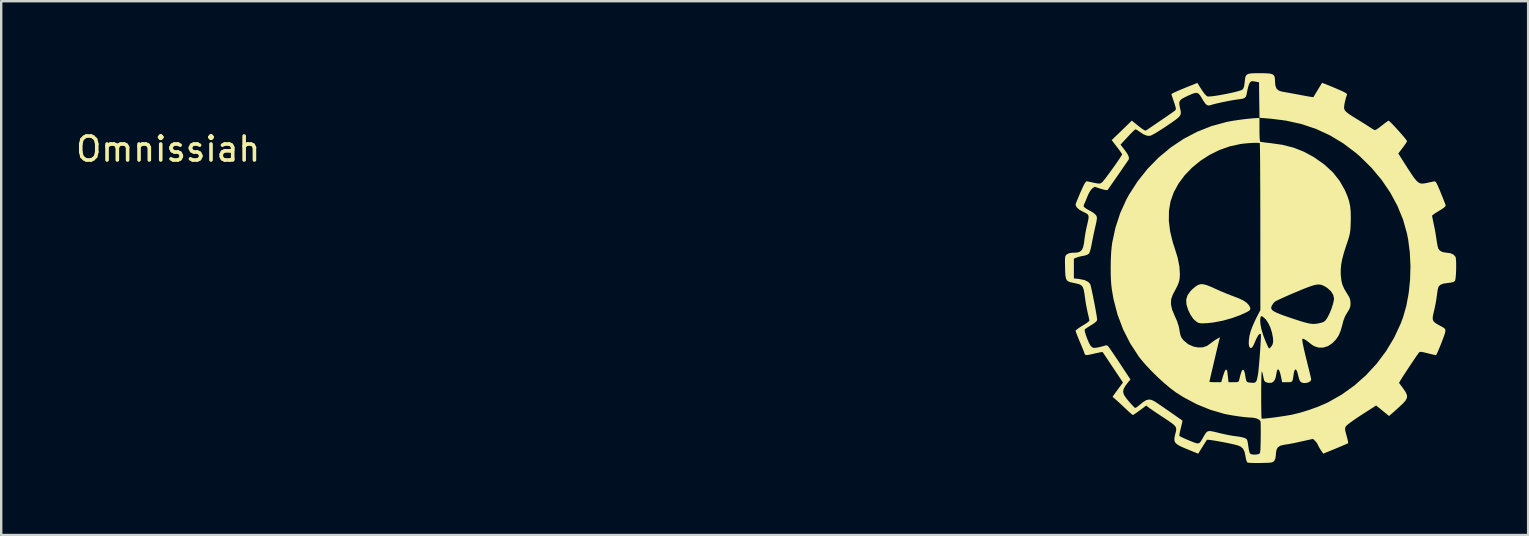
<source format=kicad_pcb>
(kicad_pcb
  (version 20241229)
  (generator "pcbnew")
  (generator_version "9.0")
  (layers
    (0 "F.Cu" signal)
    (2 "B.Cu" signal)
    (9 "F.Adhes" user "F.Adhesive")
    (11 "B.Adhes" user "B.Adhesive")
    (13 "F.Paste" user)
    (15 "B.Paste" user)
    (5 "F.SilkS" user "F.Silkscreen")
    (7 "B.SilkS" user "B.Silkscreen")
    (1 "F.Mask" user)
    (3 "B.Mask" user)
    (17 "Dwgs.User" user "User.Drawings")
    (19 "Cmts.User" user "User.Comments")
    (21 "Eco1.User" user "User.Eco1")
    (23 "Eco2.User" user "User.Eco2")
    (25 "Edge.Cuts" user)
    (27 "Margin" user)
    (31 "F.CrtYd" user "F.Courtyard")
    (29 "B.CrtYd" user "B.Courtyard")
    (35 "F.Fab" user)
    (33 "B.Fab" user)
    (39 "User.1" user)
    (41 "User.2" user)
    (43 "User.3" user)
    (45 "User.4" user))
  (footprint "Omnissiah"
    (layer "F.Cu")
    (at 49.323 8.218)
    (property "Reference" "Omnissiah" (at -45.364 -5.055 0) (unlocked yes) (layer "F.SilkS") (effects (font (size 1 1) (thickness 0.15))))
    (attr smd)
    (fp_poly (pts (xy -2.218 0.579) (xy -2.074 0.617) (xy -1.892 0.69) (xy -1.708 0.773) (xy -1.505 0.864) (xy -1.273 0.961) (xy -1.051 1.049) (xy -0.959 1.083) (xy -0.722 1.175) (xy -0.545 1.26) (xy -0.418 1.346) (xy -0.33 1.438) (xy -0.29 1.503) (xy -0.262 1.567) (xy -0.26 1.62) (xy -0.292 1.667) (xy -0.367 1.719) (xy -0.492 1.781) (xy -0.669 1.859) (xy -1.03 1.993) (xy -1.418 2.101) (xy -1.804 2.174) (xy -2.056 2.2) (xy -2.218 2.208) (xy -2.327 2.207) (xy -2.404 2.193) (xy -2.468 2.164) (xy -2.492 2.15) (xy -2.631 2.029) (xy -2.755 1.849) (xy -2.853 1.644) (xy -2.923 1.416) (xy -2.931 1.216) (xy -2.874 1.035) (xy -2.751 0.862) (xy -2.673 0.785) (xy -2.55 0.68) (xy -2.443 0.61) (xy -2.337 0.577)) (stroke (width 0) (type solid)) (fill yes) (layer "F.SilkS"))
    (fp_poly (pts (xy 0.371 -8.215) (xy 0.535 -8.204) (xy 0.647 -8.179) (xy 0.716 -8.135) (xy 0.753 -8.068) (xy 0.767 -7.972) (xy 0.768 -7.896) (xy 0.782 -7.711) (xy 0.828 -7.582) (xy 0.913 -7.499) (xy 1.043 -7.453) (xy 1.06 -7.45) (xy 1.153 -7.433) (xy 1.27 -7.412) (xy 1.29 -7.409) (xy 1.381 -7.393) (xy 1.523 -7.366) (xy 1.698 -7.334) (xy 1.886 -7.298) (xy 1.898 -7.296) (xy 2.07 -7.264) (xy 2.214 -7.239) (xy 2.317 -7.223) (xy 2.366 -7.218) (xy 2.368 -7.218) (xy 2.388 -7.251) (xy 2.437 -7.332) (xy 2.506 -7.446) (xy 2.548 -7.516) (xy 2.625 -7.642) (xy 2.686 -7.742) (xy 2.723 -7.803) (xy 2.73 -7.814) (xy 2.764 -7.804) (xy 2.852 -7.77) (xy 2.984 -7.718) (xy 3.149 -7.65) (xy 3.265 -7.601) (xy 3.469 -7.514) (xy 3.614 -7.448) (xy 3.708 -7.398) (xy 3.758 -7.361) (xy 3.772 -7.332) (xy 3.77 -7.322) (xy 3.728 -7.2) (xy 3.689 -7.051) (xy 3.66 -6.907) (xy 3.647 -6.796) (xy 3.647 -6.791) (xy 3.654 -6.729) (xy 3.68 -6.67) (xy 3.733 -6.609) (xy 3.822 -6.536) (xy 3.955 -6.446) (xy 4.14 -6.33) (xy 4.226 -6.278) (xy 4.389 -6.178) (xy 4.544 -6.081) (xy 4.674 -5.998) (xy 4.75 -5.947) (xy 4.844 -5.887) (xy 4.917 -5.85) (xy 4.94 -5.843) (xy 4.985 -5.864) (xy 5.071 -5.921) (xy 5.181 -6.003) (xy 5.229 -6.041) (xy 5.343 -6.13) (xy 5.436 -6.198) (xy 5.494 -6.235) (xy 5.504 -6.239) (xy 5.54 -6.213) (xy 5.613 -6.144) (xy 5.711 -6.042) (xy 5.825 -5.92) (xy 5.944 -5.788) (xy 6.059 -5.657) (xy 6.158 -5.541) (xy 6.232 -5.448) (xy 6.27 -5.392) (xy 6.273 -5.383) (xy 6.252 -5.341) (xy 6.198 -5.258) (xy 6.12 -5.149) (xy 6.091 -5.11) (xy 5.909 -4.869) (xy 6.153 -4.484) (xy 6.319 -4.224) (xy 6.453 -4.019) (xy 6.561 -3.863) (xy 6.652 -3.751) (xy 6.73 -3.676) (xy 6.804 -3.633) (xy 6.88 -3.616) (xy 6.964 -3.619) (xy 7.063 -3.637) (xy 7.116 -3.648) (xy 7.245 -3.675) (xy 7.353 -3.698) (xy 7.406 -3.709) (xy 7.438 -3.706) (xy 7.471 -3.68) (xy 7.509 -3.619) (xy 7.559 -3.516) (xy 7.626 -3.359) (xy 7.672 -3.247) (xy 7.743 -3.072) (xy 7.805 -2.917) (xy 7.852 -2.796) (xy 7.878 -2.723) (xy 7.882 -2.712) (xy 7.87 -2.67) (xy 7.812 -2.613) (xy 7.7 -2.537) (xy 7.607 -2.481) (xy 7.48 -2.404) (xy 7.382 -2.337) (xy 7.325 -2.291) (xy 7.316 -2.278) (xy 7.323 -2.23) (xy 7.343 -2.13) (xy 7.371 -1.995) (xy 7.385 -1.93) (xy 7.425 -1.736) (xy 7.464 -1.519) (xy 7.494 -1.324) (xy 7.496 -1.31) (xy 7.519 -1.156) (xy 7.545 -1.02) (xy 7.569 -0.924) (xy 7.574 -0.908) (xy 7.644 -0.818) (xy 7.767 -0.757) (xy 7.927 -0.734) (xy 7.934 -0.734) (xy 8.085 -0.713) (xy 8.208 -0.656) (xy 8.286 -0.573) (xy 8.301 -0.531) (xy 8.314 -0.426) (xy 8.32 -0.281) (xy 8.32 -0.114) (xy 8.316 0.058) (xy 8.306 0.218) (xy 8.293 0.347) (xy 8.276 0.427) (xy 8.269 0.441) (xy 8.211 0.482) (xy 8.1 0.511) (xy 7.968 0.527) (xy 7.785 0.554) (xy 7.663 0.602) (xy 7.589 0.677) (xy 7.553 0.786) (xy 7.553 0.791) (xy 7.54 0.88) (xy 7.521 1.015) (xy 7.499 1.167) (xy 7.496 1.19) (xy 7.465 1.374) (xy 7.425 1.574) (xy 7.386 1.738) (xy 7.347 1.911) (xy 7.342 2.034) (xy 7.379 2.127) (xy 7.466 2.205) (xy 7.61 2.288) (xy 7.629 2.298) (xy 7.753 2.364) (xy 7.826 2.412) (xy 7.861 2.456) (xy 7.871 2.51) (xy 7.87 2.544) (xy 7.856 2.607) (xy 7.819 2.719) (xy 7.766 2.865) (xy 7.704 3.029) (xy 7.637 3.194) (xy 7.574 3.344) (xy 7.52 3.463) (xy 7.481 3.535) (xy 7.48 3.536) (xy 7.446 3.531) (xy 7.357 3.511) (xy 7.23 3.481) (xy 7.146 3.459) (xy 6.991 3.421) (xy 6.89 3.401) (xy 6.828 3.398) (xy 6.79 3.411) (xy 6.765 3.434) (xy 6.727 3.485) (xy 6.658 3.583) (xy 6.567 3.717) (xy 6.461 3.874) (xy 6.349 4.042) (xy 6.24 4.208) (xy 6.141 4.359) (xy 6.061 4.484) (xy 6.008 4.57) (xy 6.003 4.578) (xy 5.938 4.691) (xy 6.105 4.914) (xy 6.214 5.074) (xy 6.269 5.201) (xy 6.269 5.312) (xy 6.214 5.423) (xy 6.103 5.547) (xy 6.084 5.566) (xy 5.953 5.689) (xy 5.809 5.82) (xy 5.709 5.909) (xy 5.522 6.07) (xy 5.253 5.852) (xy 4.984 5.633) (xy 4.378 6.022) (xy 4.174 6.157) (xy 3.997 6.279) (xy 3.856 6.383) (xy 3.76 6.462) (xy 3.72 6.505) (xy 3.696 6.558) (xy 3.689 6.616) (xy 3.7 6.696) (xy 3.731 6.817) (xy 3.752 6.891) (xy 3.788 7.026) (xy 3.811 7.133) (xy 3.819 7.195) (xy 3.816 7.203) (xy 3.778 7.222) (xy 3.685 7.264) (xy 3.549 7.323) (xy 3.383 7.393) (xy 3.289 7.432) (xy 2.781 7.641) (xy 2.679 7.492) (xy 2.614 7.388) (xy 2.566 7.298) (xy 2.553 7.267) (xy 2.511 7.19) (xy 2.441 7.109) (xy 2.441 7.108) (xy 2.352 7.025) (xy 1.929 7.119) (xy 1.716 7.166) (xy 1.554 7.2) (xy 1.426 7.225) (xy 1.312 7.245) (xy 1.193 7.264) (xy 1.152 7.269) (xy 0.991 7.309) (xy 0.886 7.379) (xy 0.827 7.491) (xy 0.805 7.657) (xy 0.804 7.701) (xy 0.784 7.847) (xy 0.738 7.938) (xy 0.707 7.971) (xy 0.669 7.994) (xy 0.61 8.009) (xy 0.519 8.019) (xy 0.382 8.024) (xy 0.186 8.029) (xy 0.168 8.029) (xy -0.018 8.03) (xy -0.18 8.027) (xy -0.303 8.021) (xy -0.374 8.012) (xy -0.382 8.009) (xy -0.412 7.96) (xy -0.441 7.862) (xy -0.461 7.751) (xy -0.5 7.563) (xy -0.566 7.431) (xy -0.666 7.345) (xy -0.782 7.297) (xy -0.911 7.263) (xy -1.074 7.226) (xy -1.258 7.187) (xy -1.451 7.15) (xy -1.638 7.116) (xy -1.807 7.088) (xy -1.944 7.069) (xy -2.037 7.061) (xy -2.07 7.064) (xy -2.106 7.12) (xy -2.167 7.217) (xy -2.239 7.331) (xy -2.31 7.444) (xy -2.366 7.534) (xy -2.384 7.564) (xy -2.431 7.641) (xy -2.765 7.506) (xy -3.002 7.409) (xy -3.18 7.329) (xy -3.304 7.258) (xy -3.381 7.189) (xy -3.42 7.113) (xy -3.427 7.023) (xy -3.409 6.911) (xy -3.386 6.817) (xy -3.361 6.719) (xy -3.348 6.64) (xy -3.353 6.573) (xy -3.382 6.51) (xy -3.442 6.443) (xy -3.539 6.365) (xy -3.68 6.266) (xy -3.87 6.14) (xy -4.002 6.053) (xy -4.161 5.948) (xy -4.306 5.851) (xy -4.422 5.77) (xy -4.495 5.718) (xy -4.499 5.714) (xy -4.598 5.637) (xy -4.863 5.833) (xy -4.982 5.919) (xy -5.08 5.986) (xy -5.142 6.024) (xy -5.154 6.029) (xy -5.19 6.006) (xy -5.265 5.943) (xy -5.366 5.852) (xy -5.435 5.786) (xy -5.567 5.662) (xy -5.7 5.538) (xy -5.813 5.435) (xy -5.846 5.406) (xy -6.002 5.269) (xy -5.908 5.136) (xy -5.829 5.028) (xy -5.736 4.901) (xy -5.691 4.84) (xy -5.567 4.676) (xy -5.986 4.049) (xy -6.111 3.861) (xy -6.222 3.694) (xy -6.314 3.557) (xy -6.38 3.459) (xy -6.413 3.409) (xy -6.416 3.405) (xy -6.454 3.406) (xy -6.547 3.422) (xy -6.677 3.45) (xy -6.774 3.472) (xy -6.937 3.51) (xy -7.044 3.529) (xy -7.108 3.531) (xy -7.142 3.516) (xy -7.15 3.506) (xy -7.179 3.448) (xy -7.182 3.431) (xy -7.196 3.39) (xy -7.233 3.296) (xy -7.287 3.163) (xy -7.355 3.005) (xy -7.363 2.986) (xy -7.431 2.823) (xy -7.487 2.682) (xy -7.526 2.577) (xy -7.542 2.523) (xy -7.543 2.52) (xy -7.513 2.483) (xy -7.435 2.422) (xy -7.322 2.346) (xy -7.255 2.306) (xy -7.129 2.228) (xy -7.031 2.159) (xy -6.975 2.11) (xy -6.967 2.095) (xy -6.976 2.043) (xy -6.997 1.94) (xy -7.028 1.808) (xy -7.036 1.774) (xy -7.074 1.6) (xy -7.113 1.394) (xy -7.144 1.196) (xy -7.148 1.162) (xy -7.177 0.951) (xy -7.206 0.8) (xy -7.244 0.696) (xy -7.301 0.628) (xy -7.384 0.583) (xy -7.502 0.55) (xy -7.622 0.525) (xy -7.752 0.497) (xy -7.845 0.463) (xy -7.907 0.413) (xy -7.945 0.336) (xy -7.614 0.336) (xy -7.391 0.361) (xy -7.174 0.404) (xy -7.021 0.477) (xy -6.937 0.565) (xy -6.919 0.617) (xy -6.892 0.727) (xy -6.858 0.88) (xy -6.82 1.064) (xy -6.779 1.265) (xy -6.74 1.47) (xy -6.704 1.666) (xy -6.674 1.838) (xy -6.653 1.973) (xy -6.643 2.059) (xy -6.643 2.069) (xy -6.677 2.129) (xy -6.777 2.21) (xy -6.893 2.284) (xy -7.012 2.357) (xy -7.106 2.419) (xy -7.157 2.458) (xy -7.162 2.463) (xy -7.163 2.517) (xy -7.139 2.617) (xy -7.098 2.745) (xy -7.046 2.882) (xy -6.991 3.01) (xy -6.938 3.111) (xy -6.907 3.155) (xy -6.846 3.211) (xy -6.786 3.232) (xy -6.696 3.227) (xy -6.651 3.22) (xy -6.518 3.193) (xy -6.392 3.159) (xy -6.361 3.149) (xy -6.271 3.125) (xy -6.215 3.136) (xy -6.192 3.156) (xy -6.158 3.199) (xy -6.092 3.293) (xy -5.998 3.429) (xy -5.885 3.597) (xy -5.758 3.787) (xy -5.699 3.876) (xy -5.256 4.547) (xy -5.341 4.65) (xy -5.468 4.814) (xy -5.541 4.947) (xy -5.561 5.066) (xy -5.526 5.187) (xy -5.436 5.325) (xy -5.33 5.454) (xy -5.228 5.569) (xy -5.141 5.663) (xy -5.081 5.721) (xy -5.063 5.735) (xy -5.019 5.719) (xy -4.943 5.667) (xy -4.892 5.624) (xy -4.731 5.492) (xy -4.601 5.412) (xy -4.486 5.383) (xy -4.375 5.4) (xy -4.25 5.461) (xy -4.228 5.474) (xy -4.167 5.515) (xy -4.062 5.586) (xy -3.925 5.68) (xy -3.767 5.789) (xy -3.602 5.903) (xy -3.441 6.015) (xy -3.297 6.116) (xy -3.181 6.197) (xy -3.107 6.25) (xy -3.089 6.264) (xy -3.093 6.3) (xy -3.111 6.389) (xy -3.141 6.514) (xy -3.155 6.565) (xy -3.188 6.704) (xy -3.211 6.817) (xy -3.219 6.885) (xy -3.219 6.895) (xy -3.182 6.922) (xy -3.092 6.968) (xy -2.963 7.027) (xy -2.811 7.091) (xy -2.639 7.161) (xy -2.519 7.203) (xy -2.437 7.215) (xy -2.377 7.192) (xy -2.323 7.13) (xy -2.261 7.026) (xy -2.213 6.941) (xy -2.148 6.829) (xy -2.093 6.753) (xy -2.035 6.711) (xy -1.959 6.697) (xy -1.85 6.71) (xy -1.696 6.745) (xy -1.561 6.779) (xy -1.363 6.825) (xy -1.163 6.866) (xy -0.985 6.898) (xy -0.868 6.914) (xy -0.722 6.933) (xy -0.587 6.96) (xy -0.502 6.985) (xy -0.45 7.008) (xy -0.414 7.036) (xy -0.389 7.082) (xy -0.369 7.162) (xy -0.349 7.287) (xy -0.329 7.431) (xy -0.308 7.539) (xy -0.28 7.621) (xy -0.269 7.638) (xy -0.207 7.668) (xy -0.103 7.681) (xy 0.012 7.674) (xy 0.098 7.653) (xy 0.122 7.638) (xy 0.139 7.609) (xy 0.152 7.556) (xy 0.161 7.467) (xy 0.166 7.334) (xy 0.17 7.146) (xy 0.173 6.981) (xy 0.175 6.77) (xy 0.174 6.583) (xy 0.172 6.432) (xy 0.169 6.329) (xy 0.164 6.289) (xy 0.108 6.226) (xy 0.001 6.174) (xy -0.138 6.143) (xy -0.228 6.137) (xy -0.372 6.129) (xy -0.565 6.109) (xy -0.786 6.08) (xy -1.013 6.045) (xy -1.225 6.006) (xy -1.358 5.978) (xy -1.928 5.811) (xy -2.494 5.58) (xy -3.042 5.29) (xy -3.356 5.09) (xy -3.585 4.92) (xy -3.84 4.707) (xy -4.106 4.465) (xy -4.367 4.209) (xy -4.608 3.954) (xy -4.814 3.714) (xy -4.908 3.593) (xy -5.267 3.042) (xy -5.563 2.458) (xy -5.796 1.84) (xy -5.964 1.19) (xy -6.035 0.777) (xy -6.061 0.53) (xy -6.076 0.234) (xy -6.08 -0.089) (xy -6.075 -0.418) (xy -6.061 -0.731) (xy -6.036 -1.007) (xy -6.017 -1.147) (xy -5.88 -1.783) (xy -5.788 -2.063) (xy -3.656 -2.063) (xy -3.602 -1.621) (xy -3.49 -1.164) (xy -3.422 -0.956) (xy -3.292 -0.54) (xy -3.216 -0.17) (xy -3.195 0.155) (xy -3.198 0.226) (xy -3.206 0.331) (xy -3.219 0.419) (xy -3.243 0.506) (xy -3.282 0.605) (xy -3.342 0.73) (xy -3.429 0.896) (xy -3.49 1.011) (xy -3.559 1.2) (xy -3.569 1.407) (xy -3.519 1.638) (xy -3.413 1.892) (xy -3.314 2.116) (xy -3.245 2.328) (xy -3.223 2.432) (xy -3.196 2.593) (xy -3.172 2.702) (xy -3.141 2.781) (xy -3.098 2.849) (xy -3.037 2.922) (xy -2.852 3.078) (xy -2.627 3.178) (xy -2.434 3.214) (xy -2.236 3.208) (xy -2.062 3.148) (xy -1.894 3.027) (xy -1.803 2.957) (xy -1.691 2.883) (xy -1.665 2.868) (xy -1.525 2.788) (xy -1.548 2.871) (xy -1.562 2.929) (xy -1.59 3.041) (xy -1.627 3.197) (xy -1.672 3.385) (xy -1.721 3.593) (xy -1.772 3.809) (xy -1.822 4.023) (xy -1.869 4.223) (xy -1.909 4.397) (xy -1.941 4.533) (xy -1.96 4.621) (xy -1.966 4.649) (xy -1.933 4.655) (xy -1.847 4.66) (xy -1.725 4.662) (xy -1.719 4.662) (xy -1.473 4.662) (xy -1.392 4.391) (xy -1.346 4.253) (xy -1.304 4.163) (xy -1.272 4.132) (xy -1.27 4.133) (xy -1.228 4.176) (xy -1.222 4.198) (xy -1.214 4.26) (xy -1.202 4.366) (xy -1.192 4.455) (xy -1.169 4.662) (xy -0.957 4.662) (xy -0.838 4.66) (xy -0.771 4.648) (xy -0.739 4.618) (xy -0.722 4.563) (xy -0.675 4.368) (xy -0.635 4.237) (xy -0.598 4.163) (xy -0.563 4.141) (xy -0.521 4.176) (xy -0.489 4.283) (xy -0.482 4.32) (xy -0.457 4.477) (xy -0.434 4.576) (xy -0.409 4.633) (xy -0.374 4.66) (xy -0.323 4.672) (xy -0.32 4.672) (xy -0.183 4.689) (xy -0.096 4.686) (xy -0.042 4.658) (xy -0.008 4.617) (xy 0.017 4.548) (xy 0.044 4.427) (xy 0.069 4.272) (xy 0.082 4.159) (xy 0.103 3.94) (xy 0.122 3.709) (xy 0.14 3.475) (xy 0.156 3.251) (xy 0.168 3.047) (xy 0.177 2.875) (xy 0.182 2.745) (xy 0.181 2.671) (xy 0.178 2.657) (xy 0.129 2.649) (xy 0.068 2.711) (xy -0.003 2.84) (xy -0.04 2.923) (xy -0.108 3.081) (xy -0.161 3.18) (xy -0.204 3.229) (xy -0.246 3.236) (xy -0.275 3.223) (xy -0.311 3.162) (xy -0.326 3.049) (xy -0.32 2.898) (xy -0.293 2.725) (xy -0.248 2.547) (xy -0.24 2.522) (xy -0.183 2.369) (xy -0.106 2.187) (xy -0.05 2.068) (xy 0.15 2.068) (xy 0.162 2.239) (xy 0.202 2.445) (xy 0.267 2.672) (xy 0.341 2.872) (xy 0.404 3.024) (xy 0.46 3.148) (xy 0.502 3.231) (xy 0.523 3.259) (xy 0.559 3.234) (xy 0.616 3.172) (xy 0.622 3.164) (xy 0.672 3.076) (xy 0.692 2.966) (xy 0.684 2.82) (xy 0.648 2.623) (xy 0.64 2.587) (xy 0.577 2.386) (xy 0.488 2.2) (xy 0.385 2.046) (xy 0.28 1.948) (xy 0.216 1.911) (xy 0.185 1.916) (xy 0.169 1.947) (xy 0.15 2.068) (xy -0.05 2.068) (xy -0.022 2.008) (xy 0.001 1.963) (xy 0.159 1.656) (xy 0.159 1.539) (xy 0.611 1.539) (xy 0.613 1.597) (xy 0.649 1.652) (xy 0.724 1.709) (xy 0.844 1.77) (xy 1.016 1.84) (xy 1.246 1.923) (xy 1.497 2.008) (xy 1.761 2.095) (xy 1.969 2.159) (xy 2.134 2.202) (xy 2.269 2.227) (xy 2.385 2.234) (xy 2.495 2.226) (xy 2.612 2.204) (xy 2.72 2.177) (xy 2.809 2.142) (xy 2.879 2.081) (xy 2.951 1.974) (xy 2.963 1.954) (xy 3.052 1.776) (xy 3.13 1.579) (xy 3.19 1.387) (xy 3.224 1.223) (xy 3.228 1.172) (xy 3.197 1.023) (xy 3.103 0.874) (xy 2.954 0.738) (xy 2.868 0.682) (xy 2.779 0.634) (xy 2.695 0.602) (xy 2.607 0.589) (xy 2.505 0.595) (xy 2.38 0.622) (xy 2.223 0.673) (xy 2.024 0.748) (xy 1.773 0.851) (xy 1.614 0.918) (xy 1.387 1.014) (xy 1.181 1.105) (xy 1.004 1.185) (xy 0.867 1.25) (xy 0.78 1.295) (xy 0.756 1.311) (xy 0.69 1.387) (xy 0.635 1.474) (xy 0.611 1.539) (xy 0.159 1.539) (xy 0.157 -1.812) (xy 0.157 -2.306) (xy 0.156 -2.778) (xy 0.155 -3.226) (xy 0.153 -3.643) (xy 0.151 -4.024) (xy 0.149 -4.366) (xy 0.147 -4.662) (xy 0.145 -4.907) (xy 0.142 -5.098) (xy 0.139 -5.229) (xy 0.136 -5.294) (xy 0.135 -5.301) (xy 0.087 -5.312) (xy -0.017 -5.315) (xy -0.16 -5.312) (xy -0.326 -5.302) (xy -0.499 -5.286) (xy -0.663 -5.266) (xy -0.671 -5.265) (xy -1.116 -5.168) (xy -1.548 -5.015) (xy -1.959 -4.812) (xy -2.342 -4.565) (xy -2.689 -4.28) (xy -2.995 -3.963) (xy -3.25 -3.62) (xy -3.449 -3.256) (xy -3.584 -2.879) (xy -3.587 -2.866) (xy -3.651 -2.48) (xy -3.656 -2.063) (xy -5.788 -2.063) (xy -5.682 -2.388) (xy -5.425 -2.955) (xy -5.321 -3.145) (xy -4.955 -3.713) (xy -4.541 -4.233) (xy -4.082 -4.702) (xy -3.583 -5.117) (xy -3.047 -5.476) (xy -2.479 -5.775) (xy -1.882 -6.011) (xy -1.262 -6.181) (xy -1.172 -6.199) (xy -0.982 -6.234) (xy -0.761 -6.267) (xy -0.53 -6.298) (xy -0.308 -6.323) (xy -0.116 -6.34) (xy 0.027 -6.347) (xy 0.035 -6.347) (xy 0.121 -6.347) (xy 0.121 -5.863) (xy 0.123 -5.684) (xy 0.128 -5.532) (xy 0.137 -5.421) (xy 0.147 -5.365) (xy 0.15 -5.361) (xy 0.196 -5.351) (xy 0.298 -5.336) (xy 0.439 -5.318) (xy 0.573 -5.304) (xy 1.082 -5.231) (xy 1.545 -5.113) (xy 1.975 -4.944) (xy 2.387 -4.72) (xy 2.794 -4.435) (xy 2.844 -4.396) (xy 3.183 -4.082) (xy 3.464 -3.725) (xy 3.67 -3.363) (xy 3.778 -3.119) (xy 3.854 -2.896) (xy 3.901 -2.672) (xy 3.925 -2.427) (xy 3.928 -2.14) (xy 3.926 -2.03) (xy 3.919 -1.832) (xy 3.909 -1.68) (xy 3.891 -1.552) (xy 3.863 -1.425) (xy 3.819 -1.277) (xy 3.755 -1.086) (xy 3.745 -1.058) (xy 3.645 -0.748) (xy 3.574 -0.486) (xy 3.53 -0.257) (xy 3.509 -0.047) (xy 3.509 0.162) (xy 3.512 0.216) (xy 3.535 0.423) (xy 3.578 0.597) (xy 3.651 0.765) (xy 3.763 0.953) (xy 3.783 0.984) (xy 3.86 1.111) (xy 3.901 1.215) (xy 3.915 1.325) (xy 3.916 1.372) (xy 3.909 1.492) (xy 3.879 1.592) (xy 3.816 1.703) (xy 3.783 1.753) (xy 3.692 1.911) (xy 3.62 2.097) (xy 3.575 2.27) (xy 3.504 2.521) (xy 3.419 2.72) (xy 3.309 2.884) (xy 3.163 3.034) (xy 3.157 3.039) (xy 2.974 3.16) (xy 2.775 3.22) (xy 2.575 3.218) (xy 2.387 3.154) (xy 2.296 3.093) (xy 2.144 2.973) (xy 2.037 2.896) (xy 1.966 2.858) (xy 1.923 2.852) (xy 1.908 2.86) (xy 1.905 2.908) (xy 1.921 3.021) (xy 1.956 3.196) (xy 2.009 3.43) (xy 2.076 3.706) (xy 2.134 3.938) (xy 2.185 4.147) (xy 2.228 4.323) (xy 2.259 4.455) (xy 2.276 4.534) (xy 2.279 4.551) (xy 2.248 4.618) (xy 2.167 4.668) (xy 2.059 4.695) (xy 1.947 4.695) (xy 1.851 4.662) (xy 1.84 4.653) (xy 1.8 4.594) (xy 1.762 4.491) (xy 1.742 4.41) (xy 1.701 4.247) (xy 1.659 4.152) (xy 1.619 4.126) (xy 1.582 4.169) (xy 1.552 4.282) (xy 1.543 4.347) (xy 1.522 4.498) (xy 1.5 4.59) (xy 1.465 4.639) (xy 1.405 4.659) (xy 1.307 4.662) (xy 1.274 4.662) (xy 1.065 4.662) (xy 1.021 4.437) (xy 0.981 4.271) (xy 0.94 4.166) (xy 0.9 4.124) (xy 0.865 4.148) (xy 0.838 4.24) (xy 0.83 4.295) (xy 0.792 4.488) (xy 0.729 4.616) (xy 0.638 4.683) (xy 0.514 4.692) (xy 0.433 4.674) (xy 0.366 4.649) (xy 0.326 4.607) (xy 0.3 4.529) (xy 0.283 4.439) (xy 0.259 4.324) (xy 0.234 4.239) (xy 0.22 4.209) (xy 0.213 4.237) (xy 0.206 4.327) (xy 0.201 4.472) (xy 0.197 4.662) (xy 0.194 4.888) (xy 0.193 5.142) (xy 0.193 5.172) (xy 0.193 5.431) (xy 0.195 5.667) (xy 0.198 5.869) (xy 0.201 6.028) (xy 0.206 6.134) (xy 0.21 6.179) (xy 0.211 6.179) (xy 0.253 6.183) (xy 0.352 6.176) (xy 0.496 6.161) (xy 0.671 6.14) (xy 0.864 6.114) (xy 1.061 6.085) (xy 1.249 6.056) (xy 1.415 6.027) (xy 1.506 6.009) (xy 1.835 5.928) (xy 2.193 5.817) (xy 2.551 5.688) (xy 2.877 5.55) (xy 2.989 5.497) (xy 3.552 5.177) (xy 4.08 4.799) (xy 4.567 4.367) (xy 5.008 3.888) (xy 5.398 3.368) (xy 5.732 2.813) (xy 6.005 2.227) (xy 6.109 1.948) (xy 6.245 1.469) (xy 6.342 0.945) (xy 6.399 0.393) (xy 6.415 -0.171) (xy 6.389 -0.731) (xy 6.321 -1.271) (xy 6.271 -1.528) (xy 6.107 -2.113) (xy 5.873 -2.685) (xy 5.575 -3.238) (xy 5.215 -3.768) (xy 4.796 -4.269) (xy 4.321 -4.738) (xy 4.136 -4.898) (xy 3.611 -5.295) (xy 3.06 -5.626) (xy 2.481 -5.894) (xy 1.871 -6.098) (xy 1.225 -6.241) (xy 0.616 -6.318) (xy 0.122 -6.359) (xy 0.112 -7.098) (xy 0.103 -7.838) (xy -0.058 -7.869) (xy -0.162 -7.885) (xy -0.224 -7.875) (xy -0.272 -7.835) (xy -0.281 -7.824) (xy -0.317 -7.752) (xy -0.354 -7.632) (xy -0.386 -7.49) (xy -0.389 -7.475) (xy -0.415 -7.333) (xy -0.446 -7.241) (xy -0.498 -7.186) (xy -0.584 -7.153) (xy -0.721 -7.132) (xy -0.797 -7.122) (xy -0.935 -7.102) (xy -1.11 -7.071) (xy -1.305 -7.033) (xy -1.501 -6.992) (xy -1.679 -6.951) (xy -1.822 -6.915) (xy -1.905 -6.889) (xy -1.992 -6.869) (xy -2.066 -6.888) (xy -2.139 -6.954) (xy -2.222 -7.077) (xy -2.255 -7.132) (xy -2.338 -7.269) (xy -2.406 -7.355) (xy -2.477 -7.395) (xy -2.566 -7.393) (xy -2.688 -7.352) (xy -2.853 -7.28) (xy -3.025 -7.198) (xy -3.138 -7.129) (xy -3.201 -7.058) (xy -3.222 -6.974) (xy -3.211 -6.861) (xy -3.19 -6.766) (xy -3.166 -6.659) (xy -3.156 -6.574) (xy -3.165 -6.501) (xy -3.202 -6.432) (xy -3.272 -6.358) (xy -3.381 -6.271) (xy -3.537 -6.16) (xy -3.746 -6.018) (xy -3.747 -6.018) (xy -3.933 -5.895) (xy -4.107 -5.785) (xy -4.256 -5.696) (xy -4.369 -5.635) (xy -4.434 -5.607) (xy -4.435 -5.607) (xy -4.564 -5.611) (xy -4.717 -5.672) (xy -4.9 -5.793) (xy -4.902 -5.795) (xy -4.981 -5.849) (xy -5.039 -5.878) (xy -5.046 -5.879) (xy -5.082 -5.854) (xy -5.155 -5.786) (xy -5.256 -5.685) (xy -5.372 -5.562) (xy -5.374 -5.56) (xy -5.669 -5.24) (xy -5.508 -5.033) (xy -5.389 -4.865) (xy -5.327 -4.737) (xy -5.319 -4.645) (xy -5.329 -4.621) (xy -5.364 -4.569) (xy -5.43 -4.471) (xy -5.52 -4.34) (xy -5.627 -4.185) (xy -5.742 -4.017) (xy -5.86 -3.848) (xy -5.972 -3.687) (xy -6.07 -3.546) (xy -6.148 -3.435) (xy -6.197 -3.366) (xy -6.211 -3.348) (xy -6.257 -3.344) (xy -6.351 -3.36) (xy -6.475 -3.394) (xy -6.495 -3.4) (xy -6.751 -3.483) (xy -6.849 -3.41) (xy -6.919 -3.332) (xy -6.991 -3.211) (xy -7.031 -3.124) (xy -7.086 -2.987) (xy -7.14 -2.858) (xy -7.171 -2.788) (xy -7.205 -2.706) (xy -7.202 -2.657) (xy -7.158 -2.613) (xy -7.142 -2.6) (xy -7.055 -2.543) (xy -6.942 -2.481) (xy -6.905 -2.462) (xy -6.798 -2.397) (xy -6.712 -2.322) (xy -6.692 -2.297) (xy -6.668 -2.254) (xy -6.655 -2.209) (xy -6.656 -2.146) (xy -6.67 -2.051) (xy -6.7 -1.911) (xy -6.729 -1.785) (xy -6.774 -1.581) (xy -6.819 -1.366) (xy -6.858 -1.171) (xy -6.877 -1.062) (xy -6.908 -0.915) (xy -6.944 -0.789) (xy -6.979 -0.708) (xy -6.988 -0.695) (xy -7.059 -0.65) (xy -7.167 -0.614) (xy -7.214 -0.606) (xy -7.346 -0.58) (xy -7.469 -0.545) (xy -7.498 -0.534) (xy -7.614 -0.486) (xy -7.614 0.336) (xy -7.945 0.336) (xy -7.946 0.334) (xy -7.967 0.215) (xy -7.977 0.045) (xy -7.981 -0.117) (xy -7.985 -0.311) (xy -7.985 -0.447) (xy -7.98 -0.537) (xy -7.967 -0.593) (xy -7.945 -0.631) (xy -7.913 -0.661) (xy -7.907 -0.666) (xy -7.817 -0.713) (xy -7.687 -0.733) (xy -7.618 -0.734) (xy -7.472 -0.743) (xy -7.363 -0.777) (xy -7.286 -0.845) (xy -7.231 -0.956) (xy -7.194 -1.121) (xy -7.167 -1.333) (xy -7.148 -1.468) (xy -7.116 -1.644) (xy -7.077 -1.83) (xy -7.058 -1.908) (xy -7.018 -2.084) (xy -6.999 -2.206) (xy -7.009 -2.288) (xy -7.052 -2.347) (xy -7.134 -2.397) (xy -7.242 -2.447) (xy -7.392 -2.531) (xy -7.496 -2.627) (xy -7.541 -2.723) (xy -7.543 -2.74) (xy -7.529 -2.789) (xy -7.491 -2.89) (xy -7.433 -3.03) (xy -7.363 -3.196) (xy -7.336 -3.257) (xy -7.253 -3.443) (xy -7.19 -3.573) (xy -7.144 -3.655) (xy -7.107 -3.698) (xy -7.075 -3.712) (xy -7.057 -3.71) (xy -6.857 -3.667) (xy -6.714 -3.637) (xy -6.617 -3.621) (xy -6.554 -3.616) (xy -6.512 -3.623) (xy -6.479 -3.64) (xy -6.442 -3.668) (xy -6.436 -3.672) (xy -6.394 -3.717) (xy -6.321 -3.808) (xy -6.225 -3.935) (xy -6.114 -4.084) (xy -5.997 -4.246) (xy -5.882 -4.408) (xy -5.777 -4.559) (xy -5.69 -4.688) (xy -5.629 -4.784) (xy -5.603 -4.835) (xy -5.602 -4.837) (xy -5.622 -4.872) (xy -5.676 -4.951) (xy -5.756 -5.06) (xy -5.819 -5.143) (xy -6.038 -5.428) (xy -5.618 -5.834) (xy -5.199 -6.24) (xy -4.926 -6.019) (xy -4.778 -5.905) (xy -4.677 -5.841) (xy -4.617 -5.825) (xy -4.606 -5.829) (xy -4.563 -5.859) (xy -4.47 -5.922) (xy -4.339 -6.011) (xy -4.179 -6.12) (xy -4.01 -6.235) (xy -3.831 -6.357) (xy -3.669 -6.469) (xy -3.536 -6.561) (xy -3.442 -6.628) (xy -3.399 -6.661) (xy -3.373 -6.69) (xy -3.363 -6.73) (xy -3.373 -6.794) (xy -3.403 -6.899) (xy -3.444 -7.022) (xy -3.49 -7.159) (xy -3.526 -7.268) (xy -3.546 -7.332) (xy -3.549 -7.342) (xy -3.516 -7.369) (xy -3.42 -7.418) (xy -3.265 -7.487) (xy -3.056 -7.575) (xy -2.897 -7.64) (xy -2.465 -7.813) (xy -2.408 -7.718) (xy -2.278 -7.512) (xy -2.175 -7.367) (xy -2.094 -7.28) (xy -2.052 -7.251) (xy -1.988 -7.245) (xy -1.869 -7.254) (xy -1.708 -7.275) (xy -1.519 -7.306) (xy -1.316 -7.343) (xy -1.114 -7.384) (xy -0.926 -7.426) (xy -0.767 -7.467) (xy -0.65 -7.504) (xy -0.592 -7.532) (xy -0.549 -7.585) (xy -0.519 -7.669) (xy -0.499 -7.802) (xy -0.493 -7.855) (xy -0.479 -7.988) (xy -0.457 -8.083) (xy -0.416 -8.148) (xy -0.347 -8.187) (xy -0.237 -8.208) (xy -0.077 -8.216) (xy 0.145 -8.218) (xy 0.146 -8.218)) (stroke (width 0) (type solid)) (fill yes) (layer "F.SilkS")))
  (gr_rect
    (start -3 -3)
    (end 60.643 19.248)
    (stroke (width 0.1) (type default))
    (fill no)
    (layer "Edge.Cuts")))
</source>
